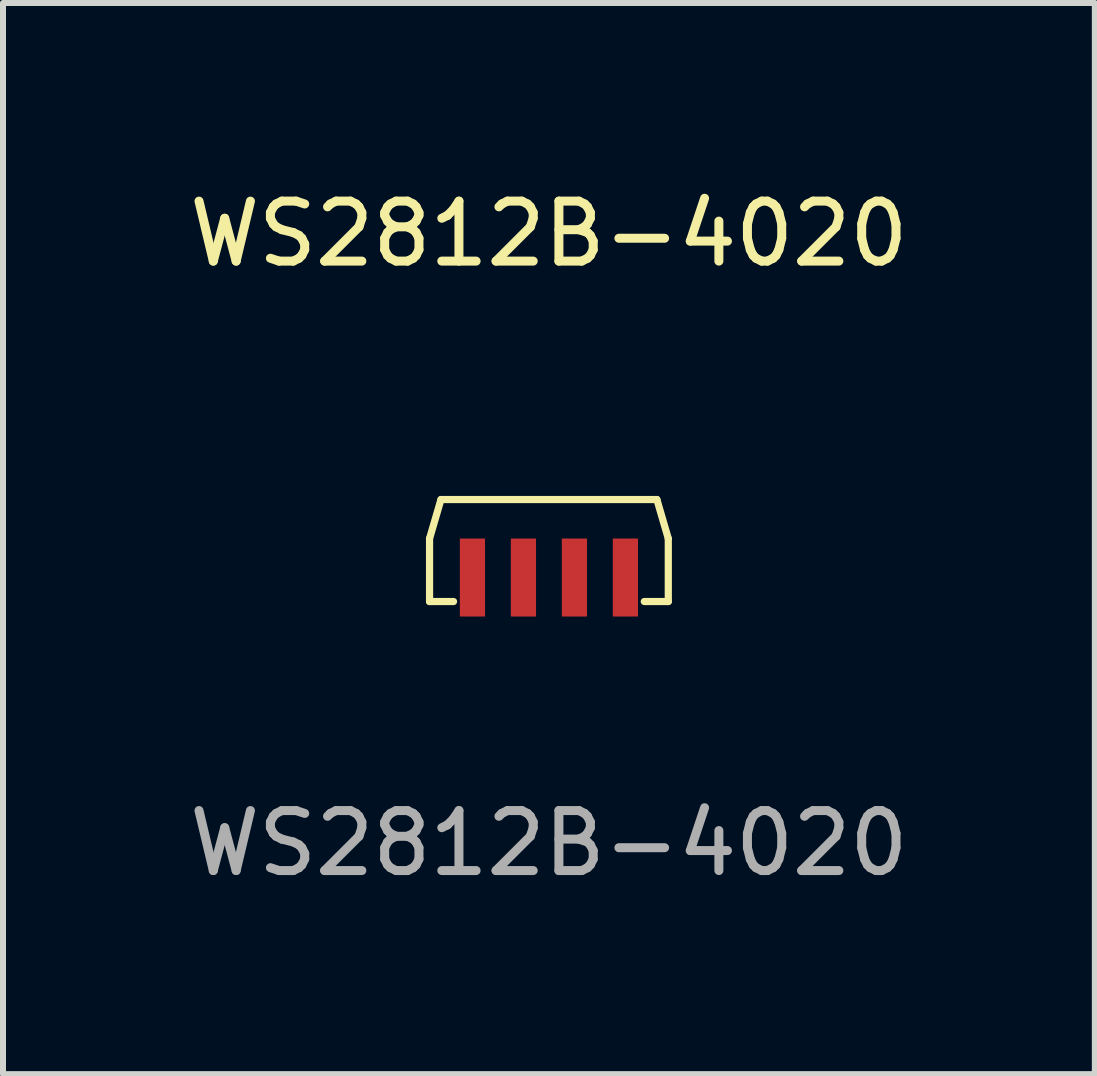
<source format=kicad_pcb>
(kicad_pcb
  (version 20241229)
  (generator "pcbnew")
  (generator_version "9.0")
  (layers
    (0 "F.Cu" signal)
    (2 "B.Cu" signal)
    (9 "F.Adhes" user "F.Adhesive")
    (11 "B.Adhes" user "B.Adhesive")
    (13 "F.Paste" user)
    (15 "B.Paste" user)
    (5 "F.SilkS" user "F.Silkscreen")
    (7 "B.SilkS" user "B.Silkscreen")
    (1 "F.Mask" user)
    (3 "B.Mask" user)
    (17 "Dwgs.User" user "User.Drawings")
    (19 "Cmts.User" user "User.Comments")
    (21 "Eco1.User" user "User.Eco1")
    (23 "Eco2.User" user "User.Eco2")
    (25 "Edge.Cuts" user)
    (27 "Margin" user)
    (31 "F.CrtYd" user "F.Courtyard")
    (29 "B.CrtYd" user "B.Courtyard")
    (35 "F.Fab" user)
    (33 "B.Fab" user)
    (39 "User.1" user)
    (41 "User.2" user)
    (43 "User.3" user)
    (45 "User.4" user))
  (footprint "WS2812B-4020"
    (layer "F.Cu")
    (at 6.101 5.928)
    (property "Reference" "WS2812B-4020" (at 0 -5.08 0) (unlocked yes) (layer "F.SilkS") (effects (font (size 1 1) (thickness 0.15))))
    (attr smd)
    (fp_line (start -1.99 0) (end -1.99 1.05) (stroke (width 0.12) (type solid)) (layer "F.SilkS"))
    (fp_line (start -1.99 0) (end -1.8 -0.65) (stroke (width 0.12) (type solid)) (layer "F.SilkS"))
    (fp_line (start -1.99 1.05) (end -1.59 1.05) (stroke (width 0.12) (type solid)) (layer "F.SilkS"))
    (fp_line (start -1.8 -0.65) (end 1.8 -0.65) (stroke (width 0.12) (type solid)) (layer "F.SilkS"))
    (fp_line (start 1.99 0) (end 1.8 -0.65) (stroke (width 0.12) (type solid)) (layer "F.SilkS"))
    (fp_line (start 1.99 0) (end 1.99 1.05) (stroke (width 0.12) (type solid)) (layer "F.SilkS"))
    (fp_line (start 1.99 1.05) (end 1.59 1.05) (stroke (width 0.12) (type solid)) (layer "F.SilkS"))
    (fp_text user "${REFERENCE}" (at 0 5.08 0) (unlocked yes) (layer "F.Fab") (effects (font (size 1 1) (thickness 0.15))))
    (pad "1" smd rect (at 1.275 0.65) (size 0.42 1.3) (layers "F.Cu" "F.Mask" "F.Paste"))
    (pad "2" smd rect (at 0.425 0.65) (size 0.42 1.3) (layers "F.Cu" "F.Mask" "F.Paste"))
    (pad "3" smd rect (at -0.425 0.65) (size 0.42 1.3) (layers "F.Cu" "F.Mask" "F.Paste"))
    (pad "4" smd rect (at -1.275 0.65) (size 0.42 1.3) (layers "F.Cu" "F.Mask" "F.Paste")))
  (gr_rect
    (start -3 -3)
    (end 15.202 14.857)
    (stroke (width 0.1) (type default))
    (fill no)
    (layer "Edge.Cuts")))
</source>
